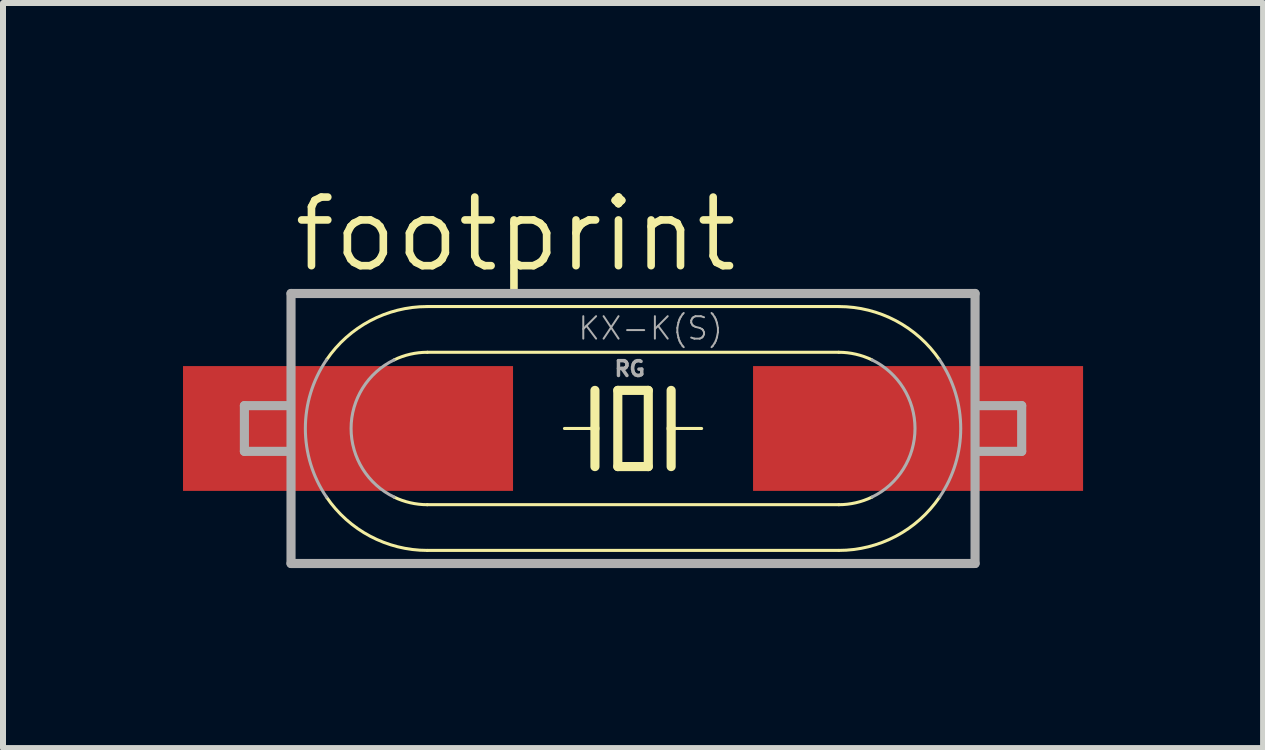
<source format=kicad_pcb>
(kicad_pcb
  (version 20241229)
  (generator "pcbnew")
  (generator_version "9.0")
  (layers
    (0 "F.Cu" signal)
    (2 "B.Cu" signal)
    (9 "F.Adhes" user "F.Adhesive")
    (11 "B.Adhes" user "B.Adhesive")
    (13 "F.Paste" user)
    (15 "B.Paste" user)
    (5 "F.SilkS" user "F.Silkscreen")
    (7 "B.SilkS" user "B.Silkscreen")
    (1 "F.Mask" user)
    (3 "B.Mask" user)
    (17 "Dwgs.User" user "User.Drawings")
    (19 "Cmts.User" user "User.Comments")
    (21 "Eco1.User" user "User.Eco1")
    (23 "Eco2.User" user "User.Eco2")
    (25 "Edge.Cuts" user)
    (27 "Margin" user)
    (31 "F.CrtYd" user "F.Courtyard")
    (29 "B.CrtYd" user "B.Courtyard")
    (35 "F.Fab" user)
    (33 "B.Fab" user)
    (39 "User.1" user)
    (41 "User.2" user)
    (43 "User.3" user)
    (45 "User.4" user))
  (footprint "footprint"
    (layer "F.Cu")
    (at 7.5 4.091)
    (property "Reference" "footprint" (at -5.715 -2.567 0) (layer "F.SilkS") (effects (font (size 1.143 1.143) (thickness 0.127)) (justify left bottom)))
    (fp_line (start -3.429 -2.032) (end 3.429 -2.032) (stroke (width 0.051) (type solid)) (layer "F.SilkS"))
    (fp_line (start -3.429 -1.27) (end 3.429 -1.27) (stroke (width 0.051) (type solid)) (layer "F.SilkS"))
    (fp_line (start -0.635 -0.635) (end -0.635 0) (stroke (width 0.152) (type solid)) (layer "F.SilkS"))
    (fp_line (start -0.635 0) (end -1.143 0) (stroke (width 0.051) (type solid)) (layer "F.SilkS"))
    (fp_line (start -0.635 0) (end -0.635 0.635) (stroke (width 0.152) (type solid)) (layer "F.SilkS"))
    (fp_line (start -0.254 -0.635) (end -0.254 0.635) (stroke (width 0.152) (type solid)) (layer "F.SilkS"))
    (fp_line (start -0.254 0.635) (end 0.254 0.635) (stroke (width 0.152) (type solid)) (layer "F.SilkS"))
    (fp_line (start 0.254 -0.635) (end -0.254 -0.635) (stroke (width 0.152) (type solid)) (layer "F.SilkS"))
    (fp_line (start 0.254 0.635) (end 0.254 -0.635) (stroke (width 0.152) (type solid)) (layer "F.SilkS"))
    (fp_line (start 0.635 -0.635) (end 0.635 0) (stroke (width 0.152) (type solid)) (layer "F.SilkS"))
    (fp_line (start 0.635 0) (end 0.635 0.635) (stroke (width 0.152) (type solid)) (layer "F.SilkS"))
    (fp_line (start 0.635 0) (end 1.143 0) (stroke (width 0.051) (type solid)) (layer "F.SilkS"))
    (fp_line (start 3.429 1.27) (end -3.429 1.27) (stroke (width 0.051) (type solid)) (layer "F.SilkS"))
    (fp_line (start 3.429 2.032) (end -3.429 2.032) (stroke (width 0.051) (type solid)) (layer "F.SilkS"))
    (fp_arc (start -5.1091 -1.143) (mid -4.379417 -1.796107) (end -3.429 -2.032101) (stroke (width 0.0508) (type solid)) (layer "F.SilkS"))
    (fp_arc (start -3.9826 -1.143) (mid -3.712991 -1.237845) (end -3.429 -1.27) (stroke (width 0.0508) (type solid)) (layer "F.SilkS"))
    (fp_arc (start -3.429 1.27) (mid -3.712991 1.237845) (end -3.9826 1.143) (stroke (width 0.0508) (type solid)) (layer "F.SilkS"))
    (fp_arc (start -3.429 2.032001) (mid -4.379408 1.796063) (end -5.1091 1.143) (stroke (width 0.0508) (type solid)) (layer "F.SilkS"))
    (fp_arc (start 3.429 -2.032) (mid 4.379408 -1.796062) (end 5.1091 -1.142999) (stroke (width 0.0508) (type solid)) (layer "F.SilkS"))
    (fp_arc (start 3.429 -1.27) (mid 3.712991 -1.237845) (end 3.9826 -1.143) (stroke (width 0.0508) (type solid)) (layer "F.SilkS"))
    (fp_arc (start 3.9826 1.143) (mid 3.712991 1.237845) (end 3.429 1.27) (stroke (width 0.0508) (type solid)) (layer "F.SilkS"))
    (fp_arc (start 5.109 1.142899) (mid 4.379368 1.795994) (end 3.429 2.032) (stroke (width 0.0508) (type solid)) (layer "F.SilkS"))
    (fp_line (start -6.477 -0.381) (end -6.477 0.381) (stroke (width 0.152) (type solid)) (layer "F.Fab"))
    (fp_line (start -5.715 -0.381) (end -6.477 -0.381) (stroke (width 0.152) (type solid)) (layer "F.Fab"))
    (fp_line (start -5.715 0.381) (end -6.477 0.381) (stroke (width 0.152) (type solid)) (layer "F.Fab"))
    (fp_line (start -5.7 -2.25) (end -5.7 2.25) (stroke (width 0.152) (type solid)) (layer "F.Fab"))
    (fp_line (start -5.7 2.25) (end 5.7 2.25) (stroke (width 0.152) (type solid)) (layer "F.Fab"))
    (fp_line (start 5.7 -2.25) (end -5.7 -2.25) (stroke (width 0.152) (type solid)) (layer "F.Fab"))
    (fp_line (start 5.7 2.25) (end 5.7 -2.25) (stroke (width 0.152) (type solid)) (layer "F.Fab"))
    (fp_line (start 5.715 -0.381) (end 6.477 -0.381) (stroke (width 0.152) (type solid)) (layer "F.Fab"))
    (fp_line (start 5.715 0.381) (end 6.477 0.381) (stroke (width 0.152) (type solid)) (layer "F.Fab"))
    (fp_line (start 6.477 -0.381) (end 6.477 0.381) (stroke (width 0.152) (type solid)) (layer "F.Fab"))
    (fp_arc (start -5.1091 1.143) (mid -5.46104 0) (end -5.1091 -1.143) (stroke (width 0.0508) (type solid)) (layer "F.Fab"))
    (fp_arc (start -3.9826 1.143) (mid -4.699009 0) (end -3.9826 -1.143) (stroke (width 0.0508) (type solid)) (layer "F.Fab"))
    (fp_arc (start 3.9826 -1.143) (mid 4.699009 0) (end 3.9826 1.143) (stroke (width 0.0508) (type solid)) (layer "F.Fab"))
    (fp_arc (start 5.1091 -1.143) (mid 5.46104 0) (end 5.1091 1.143) (stroke (width 0.0508) (type solid)) (layer "F.Fab"))
    (fp_text user "RG" (at -0.34 -0.85 0) (layer "F.Fab") (effects (font (size 0.247 0.247) (thickness 0.058)) (justify left bottom)))
    (fp_text user "KX-K(S)" (at -0.94 -1.45 0) (layer "F.Fab") (effects (font (size 0.374 0.374) (thickness 0.033)) (justify left bottom)))
    (pad "1" smd rect (at -4.75 0) (size 5.5 2.08) (layers "F.Cu" "F.Mask" "F.Paste"))
    (pad "2" smd rect (at 4.75 0) (size 5.5 2.08) (layers "F.Cu" "F.Mask" "F.Paste")))
  (gr_rect
    (start -3 -3)
    (end 18 9.417)
    (stroke (width 0.1) (type default))
    (fill no)
    (layer "Edge.Cuts")))
</source>
